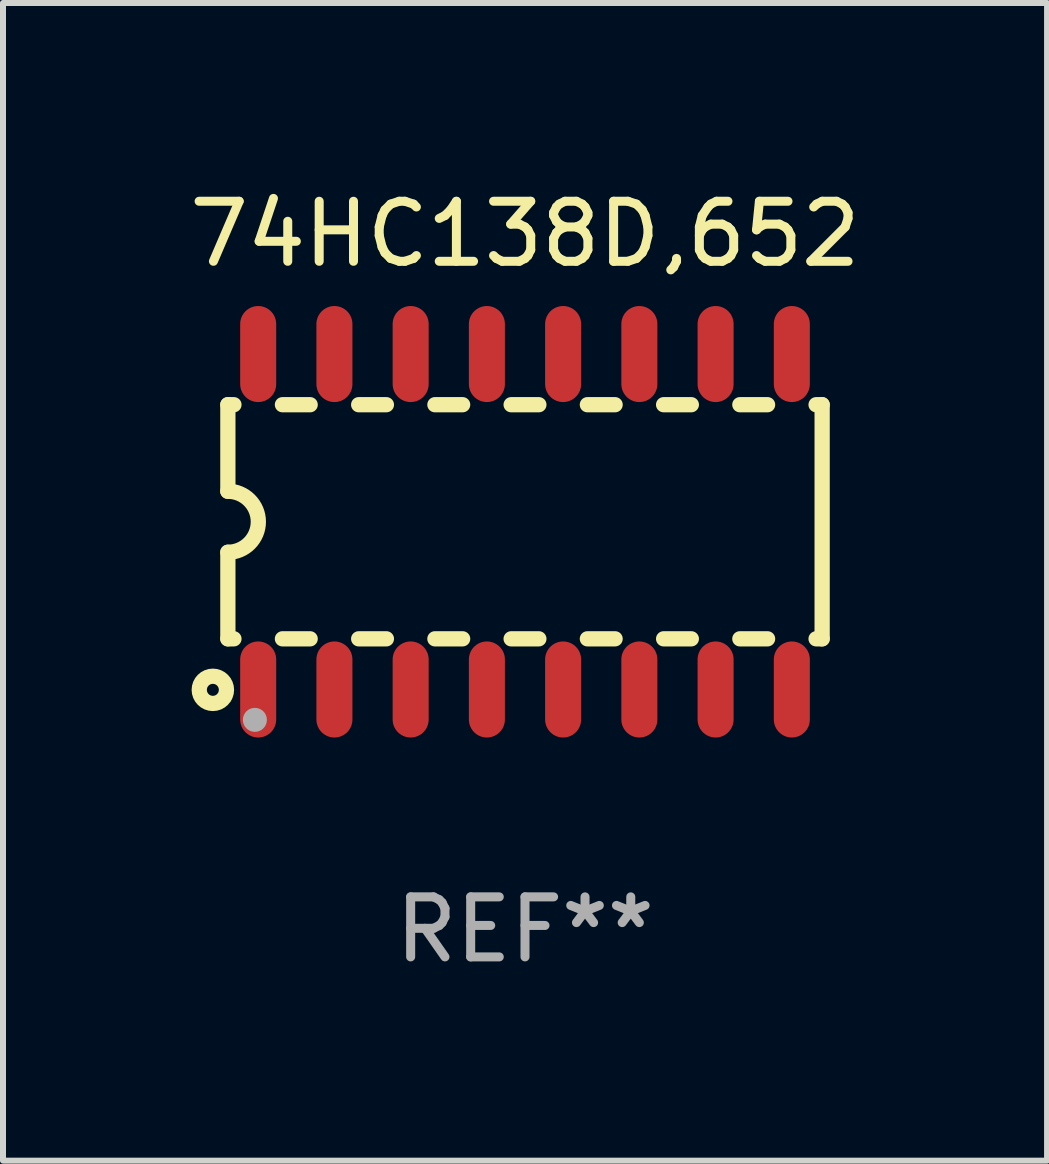
<source format=kicad_pcb>
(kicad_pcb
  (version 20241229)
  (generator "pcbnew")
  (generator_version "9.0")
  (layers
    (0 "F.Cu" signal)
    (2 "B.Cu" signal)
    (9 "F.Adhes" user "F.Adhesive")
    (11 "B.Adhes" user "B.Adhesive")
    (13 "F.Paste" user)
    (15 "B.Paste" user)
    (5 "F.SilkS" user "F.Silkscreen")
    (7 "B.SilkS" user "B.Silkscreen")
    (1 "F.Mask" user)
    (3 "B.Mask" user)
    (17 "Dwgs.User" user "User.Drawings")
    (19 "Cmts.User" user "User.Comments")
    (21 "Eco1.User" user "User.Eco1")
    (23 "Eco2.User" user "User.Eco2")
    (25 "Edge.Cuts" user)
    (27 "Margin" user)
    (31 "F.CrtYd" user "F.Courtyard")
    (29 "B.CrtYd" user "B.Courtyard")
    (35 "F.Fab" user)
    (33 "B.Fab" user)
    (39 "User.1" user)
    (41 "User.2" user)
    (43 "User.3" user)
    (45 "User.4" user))
  (footprint "74HC138D,652"
    (layer "F.Cu")
    (at 5.696 5.642)
    (property "Reference" "74HC138D,652" (at 0 -4.794 0) (layer "F.SilkS") (effects (font (size 1 1) (thickness 0.15))))
    (attr through_hole)
    (fp_line (start -4.95 -1.95) (end -4.95 -0.508) (stroke (width 0.254) (type solid)) (layer "F.SilkS"))
    (fp_line (start -4.95 -1.95) (end -4.849 -1.95) (stroke (width 0.254) (type solid)) (layer "F.SilkS"))
    (fp_line (start -4.95 1.95) (end -4.95 0.508) (stroke (width 0.254) (type solid)) (layer "F.SilkS"))
    (fp_line (start -4.95 1.95) (end -4.849 1.95) (stroke (width 0.254) (type solid)) (layer "F.SilkS"))
    (fp_line (start -4.041 -1.95) (end -3.579 -1.95) (stroke (width 0.254) (type solid)) (layer "F.SilkS"))
    (fp_line (start -4.041 1.95) (end -3.579 1.95) (stroke (width 0.254) (type solid)) (layer "F.SilkS"))
    (fp_line (start -2.771 -1.95) (end -2.309 -1.95) (stroke (width 0.254) (type solid)) (layer "F.SilkS"))
    (fp_line (start -2.771 1.95) (end -2.309 1.95) (stroke (width 0.254) (type solid)) (layer "F.SilkS"))
    (fp_line (start -1.501 -1.95) (end -1.039 -1.95) (stroke (width 0.254) (type solid)) (layer "F.SilkS"))
    (fp_line (start -1.501 1.95) (end -1.039 1.95) (stroke (width 0.254) (type solid)) (layer "F.SilkS"))
    (fp_line (start -0.231 -1.95) (end 0.231 -1.95) (stroke (width 0.254) (type solid)) (layer "F.SilkS"))
    (fp_line (start -0.231 1.95) (end 0.231 1.95) (stroke (width 0.254) (type solid)) (layer "F.SilkS"))
    (fp_line (start 1.039 -1.95) (end 1.501 -1.95) (stroke (width 0.254) (type solid)) (layer "F.SilkS"))
    (fp_line (start 1.039 1.95) (end 1.501 1.95) (stroke (width 0.254) (type solid)) (layer "F.SilkS"))
    (fp_line (start 2.309 -1.95) (end 2.771 -1.95) (stroke (width 0.254) (type solid)) (layer "F.SilkS"))
    (fp_line (start 2.309 1.95) (end 2.771 1.95) (stroke (width 0.254) (type solid)) (layer "F.SilkS"))
    (fp_line (start 3.579 -1.95) (end 4.041 -1.95) (stroke (width 0.254) (type solid)) (layer "F.SilkS"))
    (fp_line (start 3.579 1.95) (end 4.041 1.95) (stroke (width 0.254) (type solid)) (layer "F.SilkS"))
    (fp_line (start 4.849 -1.95) (end 4.95 -1.95) (stroke (width 0.254) (type solid)) (layer "F.SilkS"))
    (fp_line (start 4.849 1.95) (end 4.95 1.95) (stroke (width 0.254) (type solid)) (layer "F.SilkS"))
    (fp_line (start 4.95 -1.95) (end 4.95 1.95) (stroke (width 0.254) (type solid)) (layer "F.SilkS"))
    (fp_arc (start -4.95047 -0.508001) (mid -4.442469 -0.000228) (end -4.950013 0.508001) (stroke (width 0.254001) (type solid)) (layer "F.SilkS"))
    (fp_circle (center -5.2 2.8) (end -5.1 2.8) (stroke (width 0.254) (type solid)) (fill no) (layer "F.SilkS"))
    (fp_circle (center -4.95 2.947) (end -4.92 2.947) (stroke (width 0.06) (type solid)) (fill no) (layer "F.SilkS"))
    (fp_circle (center -4.5 3.3) (end -4.4 3.3) (stroke (width 0.2) (type solid)) (fill no) (layer "F.Fab"))
    (fp_text user "REF**" (at 0 6.794 0) (layer "F.Fab") (effects (font (size 1 1) (thickness 0.15))))
    (pad "1" smd oval (at -4.445 2.794) (size 0.6 1.6) (layers "F.Cu" "F.Mask" "F.Paste"))
    (pad "2" smd oval (at -3.175 2.794) (size 0.6 1.6) (layers "F.Cu" "F.Mask" "F.Paste"))
    (pad "3" smd oval (at -1.905 2.794) (size 0.6 1.6) (layers "F.Cu" "F.Mask" "F.Paste"))
    (pad "4" smd oval (at -0.635 2.794) (size 0.6 1.6) (layers "F.Cu" "F.Mask" "F.Paste"))
    (pad "5" smd oval (at 0.635 2.794) (size 0.6 1.6) (layers "F.Cu" "F.Mask" "F.Paste"))
    (pad "6" smd oval (at 1.905 2.794) (size 0.6 1.6) (layers "F.Cu" "F.Mask" "F.Paste"))
    (pad "7" smd oval (at 3.175 2.794) (size 0.6 1.6) (layers "F.Cu" "F.Mask" "F.Paste"))
    (pad "8" smd oval (at 4.445 2.794) (size 0.6 1.6) (layers "F.Cu" "F.Mask" "F.Paste"))
    (pad "9" smd oval (at 4.445 -2.794) (size 0.6 1.6) (layers "F.Cu" "F.Mask" "F.Paste"))
    (pad "10" smd oval (at 3.175 -2.794) (size 0.6 1.6) (layers "F.Cu" "F.Mask" "F.Paste"))
    (pad "11" smd oval (at 1.905 -2.794) (size 0.6 1.6) (layers "F.Cu" "F.Mask" "F.Paste"))
    (pad "12" smd oval (at 0.635 -2.794) (size 0.6 1.6) (layers "F.Cu" "F.Mask" "F.Paste"))
    (pad "13" smd oval (at -0.635 -2.794) (size 0.6 1.6) (layers "F.Cu" "F.Mask" "F.Paste"))
    (pad "14" smd oval (at -1.905 -2.794) (size 0.6 1.6) (layers "F.Cu" "F.Mask" "F.Paste"))
    (pad "15" smd oval (at -3.175 -2.794) (size 0.6 1.6) (layers "F.Cu" "F.Mask" "F.Paste"))
    (pad "16" smd oval (at -4.445 -2.794) (size 0.6 1.6) (layers "F.Cu" "F.Mask" "F.Paste")))
  (gr_rect
    (start -3 -3)
    (end 14.393 16.285)
    (stroke (width 0.1) (type default))
    (fill no)
    (layer "Edge.Cuts")))
</source>
